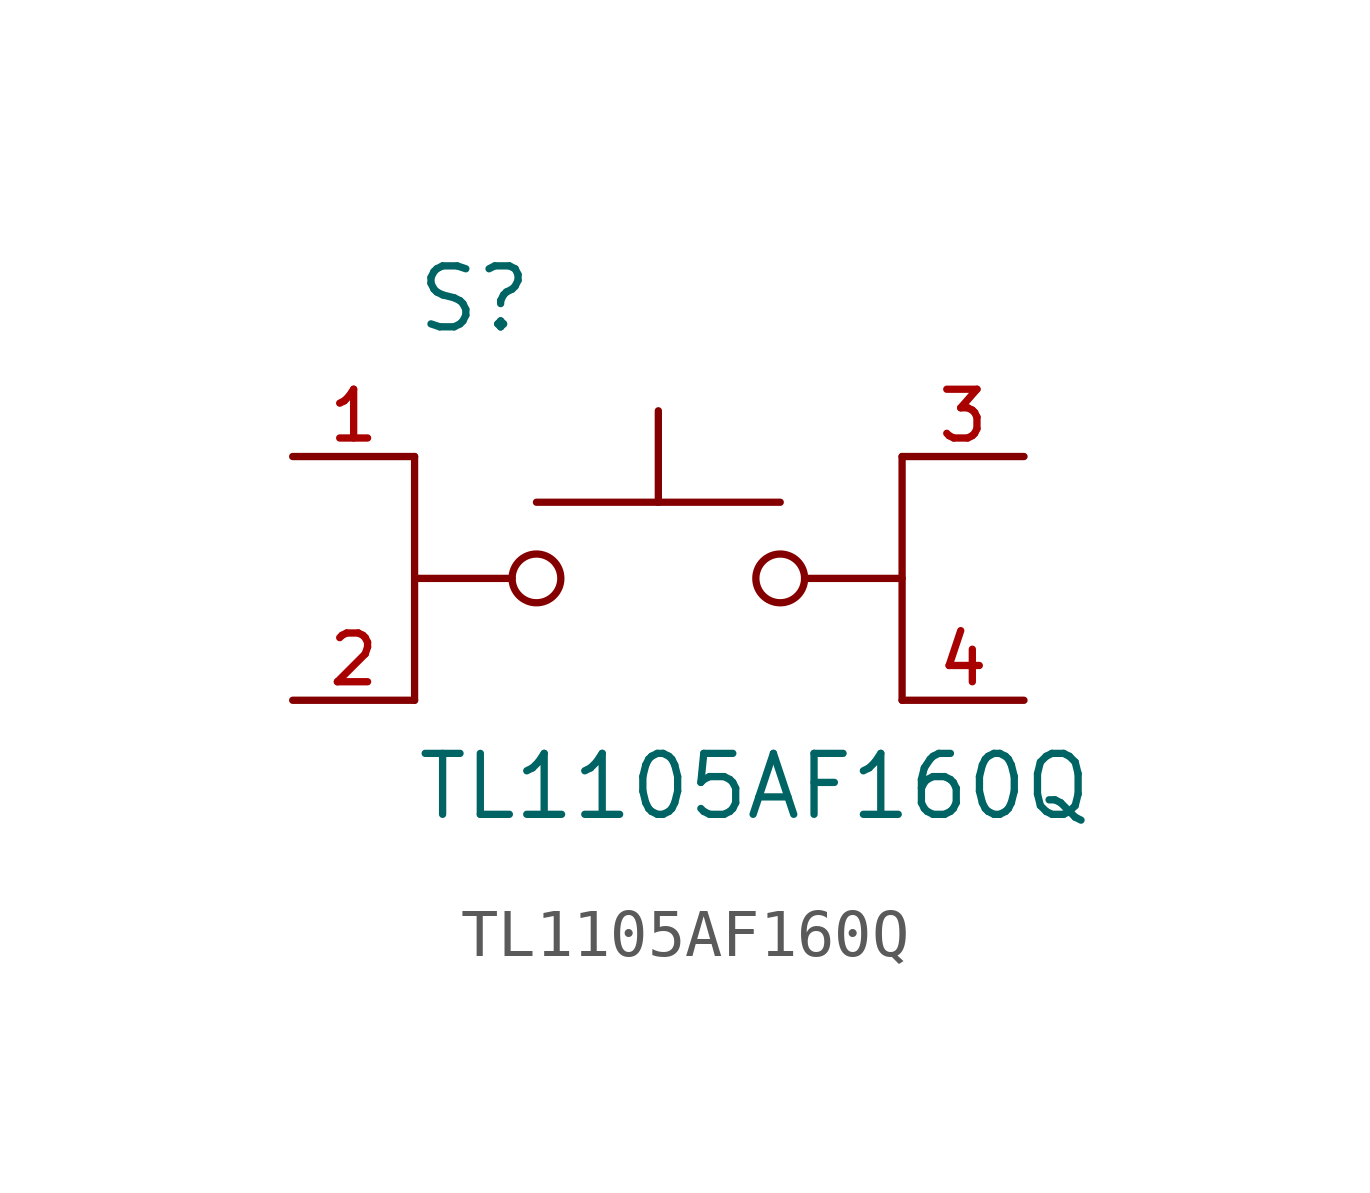
<source format=kicad_sym>
(kicad_symbol_lib
  (version 20211014)
  (generator kicad_symbol_editor)
  (symbol "TL1105AF160Q"
    (pin_names
      (offset 1.016))
    (property "Reference" "S"
      (at -5.08 5.08 0)
      (effects (font (size 1.27 1.27)) (justify bottom left)))
    (property "Value" "TL1105AF160Q"
      (at -5.08 -5.08 0)
      (effects (font (size 1.27 1.27)) (justify bottom left)))
    (symbol "TL1105AF160Q_0_0"
      (circle (center 2.54 0.0) (radius 0.508) (stroke (width 0.152)) (fill (type none)))
      (polyline (pts (xy 5.08 0.0) (xy 3.048 0.0)) (stroke (width 0.152)))
      (polyline (pts (xy -5.08 0.0) (xy -3.048 0.0)) (stroke (width 0.152)))
      (circle (center -2.54 0.0) (radius 0.508) (stroke (width 0.152)) (fill (type none)))
      (polyline (pts (xy -2.54 1.587) (xy 0.0 1.587)) (stroke (width 0.152)))
      (polyline (pts (xy 0.0 1.587) (xy 2.54 1.587)) (stroke (width 0.152)))
      (polyline (pts (xy 0.0 1.587) (xy 0.0 3.493)) (stroke (width 0.152)))
      (polyline (pts (xy -5.08 2.54) (xy -5.08 -2.54)) (stroke (width 0.152)))
      (polyline (pts (xy 5.08 2.54) (xy 5.08 -2.54)) (stroke (width 0.152)))
      (pin passive line (at -7.62 2.54 0) (length 2.54) (name "~" (effects (font (size 1.016 1.016)))) (number "1" (effects (font (size 1.016 1.016)))))
      (pin passive line (at -7.62 -2.54 0) (length 2.54) (name "~" (effects (font (size 1.016 1.016)))) (number "2" (effects (font (size 1.016 1.016)))))
      (pin passive line (at 7.62 2.54 180.0) (length 2.54) (name "~" (effects (font (size 1.016 1.016)))) (number "3" (effects (font (size 1.016 1.016)))))
      (pin passive line (at 7.62 -2.54 180.0) (length 2.54) (name "~" (effects (font (size 1.016 1.016)))) (number "4" (effects (font (size 1.016 1.016))))))))
</source>
